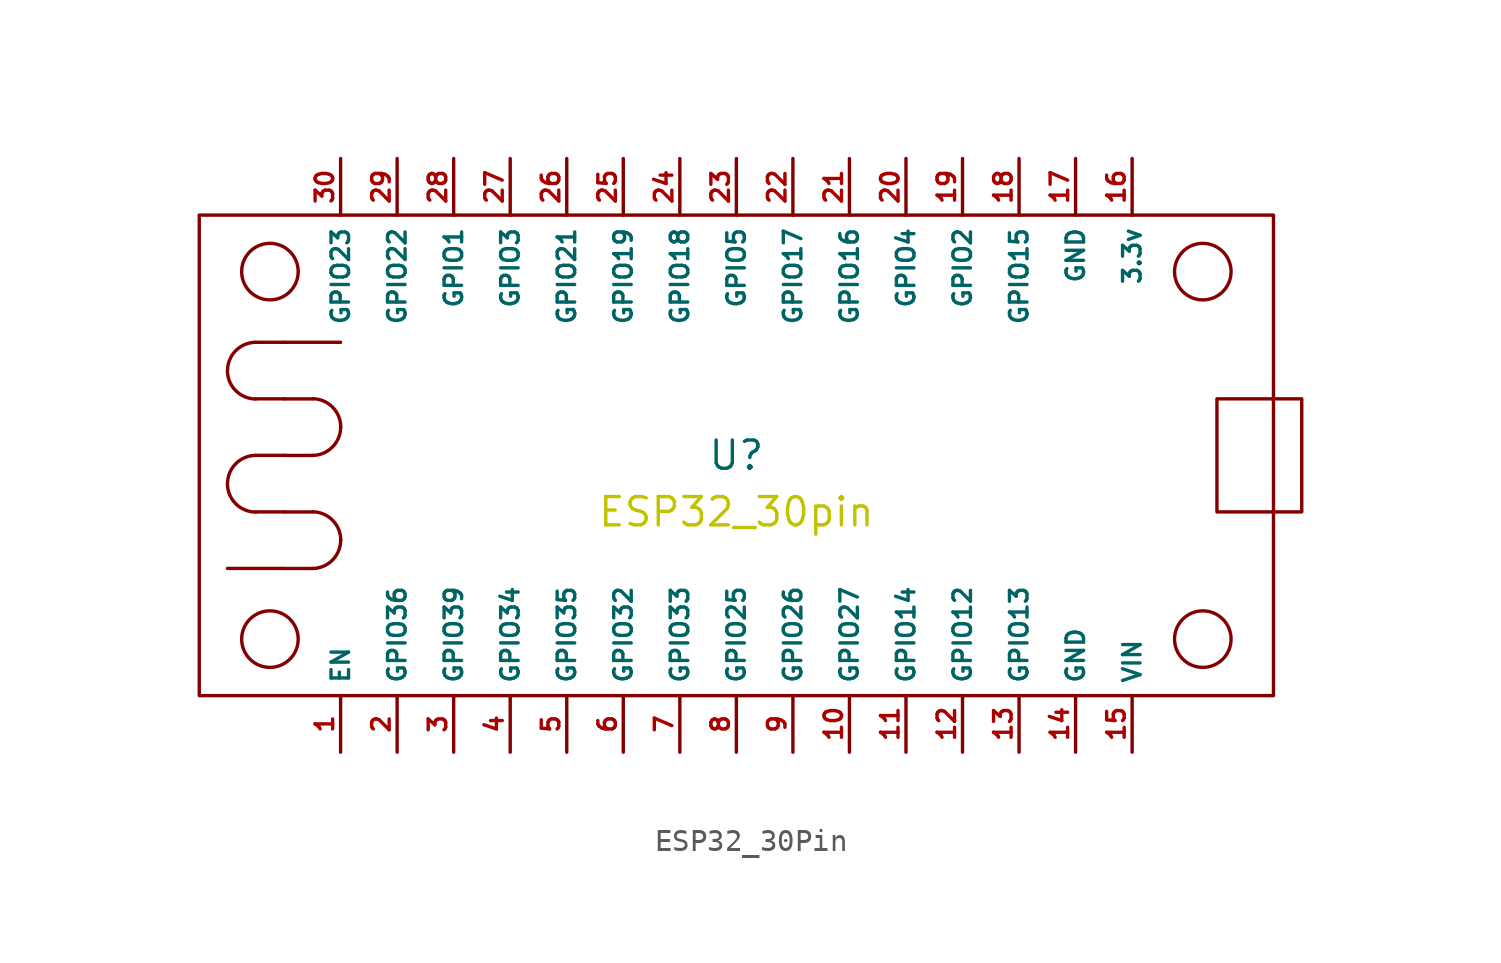
<source format=kicad_sym>
(kicad_symbol_lib
  (version 20231120)
  (generator "kicad_symbol_editor")
  (generator_version "8.0")
  (symbol "ESP32_30Pin"
    (property "Reference" "U"
      (at 0 0 0)
      (effects (font (size 1.27 1.27))))
    (property "Value" ""
      (at 0 0 0)
      (effects (font (size 1.27 1.27))))
    (property "Footprint" "ESP32_30pin"
      (at 0 -2.54 0)
      (effects (font (size 1.27 1.27) (color 194 194 0 1))))
    (symbol "ESP32_30Pin_0_1"
      (rectangle (start -24.13 10.795) (end 24.13 -10.795) (stroke (width 0) (type default)) (fill (type none)))
      (arc (start -22.8675 -1.2775) (mid -22.4933 -2.1733) (end -21.5975 -2.5475) (stroke (width 0) (type default)) (fill (type none)))
      (arc (start -22.8675 3.8025) (mid -22.4933 2.9067) (end -21.5975 2.5325) (stroke (width 0) (type default)) (fill (type none)))
      (arc (start -21.59 0) (mid -22.4873 -0.3727) (end -22.86 -1.27) (stroke (width 0) (type default)) (fill (type none)))
      (arc (start -21.59 5.08) (mid -22.4873 4.7073) (end -22.86 3.81) (stroke (width 0) (type default)) (fill (type none)))
      (circle (center -20.955 -8.255) (radius 1.27) (stroke (width 0) (type default)) (fill (type none)))
      (circle (center -20.955 8.255) (radius 1.27) (stroke (width 0) (type default)) (fill (type none)))
      (arc (start -19.0475 -5.0825) (mid -18.1502 -4.7098) (end -17.7775 -3.8125) (stroke (width 0) (type default)) (fill (type none)))
      (arc (start -19.0475 -0.0025) (mid -18.1502 0.3702) (end -17.7775 1.2675) (stroke (width 0) (type default)) (fill (type none)))
      (arc (start -17.77 -3.805) (mid -18.1442 -2.9092) (end -19.04 -2.535) (stroke (width 0) (type default)) (fill (type none)))
      (arc (start -17.77 1.275) (mid -18.1442 2.1708) (end -19.04 2.545) (stroke (width 0) (type default)) (fill (type none)))
      (polyline (pts (xy -21.59 -2.54) (xy -20.32 -2.54)) (stroke (width 0) (type default)) (fill (type none)))
      (polyline (pts (xy -21.59 0) (xy -20.32 0)) (stroke (width 0) (type default)) (fill (type none)))
      (polyline (pts (xy -21.59 2.54) (xy -20.32 2.54)) (stroke (width 0) (type default)) (fill (type none)))
      (polyline (pts (xy -21.59 5.08) (xy -20.32 5.08)) (stroke (width 0) (type default)) (fill (type none)))
      (polyline (pts (xy -20.32 -5.08) (xy -22.86 -5.08)) (stroke (width 0) (type default)) (fill (type none)))
      (polyline (pts (xy -20.32 5.08) (xy -17.78 5.08)) (stroke (width 0) (type default)) (fill (type none)))
      (polyline (pts (xy -19.047 -5.082) (xy -20.317 -5.082)) (stroke (width 0) (type default)) (fill (type none)))
      (polyline (pts (xy -19.047 -2.542) (xy -20.317 -2.542)) (stroke (width 0) (type default)) (fill (type none)))
      (polyline (pts (xy -19.047 -0.003) (xy -20.317 -0.003)) (stroke (width 0) (type default)) (fill (type none)))
      (polyline (pts (xy -19.047 2.538) (xy -20.317 2.538)) (stroke (width 0) (type default)) (fill (type none)))
      (circle (center 20.955 -8.255) (radius 1.27) (stroke (width 0) (type default)) (fill (type none)))
      (circle (center 20.955 8.255) (radius 1.27) (stroke (width 0) (type default)) (fill (type none)))
      (rectangle (start 21.59 2.54) (end 25.4 -2.54) (stroke (width 0) (type default)) (fill (type none))))
    (symbol "ESP32_30Pin_1_1"
      (pin bidirectional line (at -17.78 -13.335 90) (length 2.54) (name "EN" (effects (font (size 0.787 0.787)))) (number "1" (effects (font (size 0.787 0.787)))))
      (pin bidirectional line (at 5.08 -13.335 90) (length 2.54) (name "GPIO27" (effects (font (size 0.787 0.787)))) (number "10" (effects (font (size 0.787 0.787)))))
      (pin bidirectional line (at 7.62 -13.335 90) (length 2.54) (name "GPIO14" (effects (font (size 0.787 0.787)))) (number "11" (effects (font (size 0.787 0.787)))))
      (pin bidirectional line (at 10.16 -13.335 90) (length 2.54) (name "GPIO12" (effects (font (size 0.787 0.787)))) (number "12" (effects (font (size 0.787 0.787)))))
      (pin bidirectional line (at 12.7 -13.335 90) (length 2.54) (name "GPIO13" (effects (font (size 0.787 0.787)))) (number "13" (effects (font (size 0.787 0.787)))))
      (pin power_in line (at 15.24 -13.335 90) (length 2.54) (name "GND" (effects (font (size 0.787 0.787)))) (number "14" (effects (font (size 0.787 0.787)))))
      (pin power_in line (at 17.78 -13.335 90) (length 2.54) (name "VIN" (effects (font (size 0.787 0.787)))) (number "15" (effects (font (size 0.787 0.787)))))
      (pin power_out line (at 17.78 13.335 270) (length 2.54) (name "3.3v" (effects (font (size 0.787 0.787)))) (number "16" (effects (font (size 0.787 0.787)))))
      (pin power_out line (at 15.24 13.335 270) (length 2.54) (name "GND" (effects (font (size 0.787 0.787)))) (number "17" (effects (font (size 0.787 0.787)))))
      (pin bidirectional line (at 12.7 13.335 270) (length 2.54) (name "GPIO15" (effects (font (size 0.787 0.787)))) (number "18" (effects (font (size 0.787 0.787)))))
      (pin bidirectional line (at 10.16 13.335 270) (length 2.54) (name "GPIO2" (effects (font (size 0.787 0.787)))) (number "19" (effects (font (size 0.787 0.787)))))
      (pin bidirectional line (at -15.24 -13.335 90) (length 2.54) (name "GPIO36" (effects (font (size 0.787 0.787)))) (number "2" (effects (font (size 0.787 0.787)))))
      (pin bidirectional line (at 7.62 13.335 270) (length 2.54) (name "GPIO4" (effects (font (size 0.787 0.787)))) (number "20" (effects (font (size 0.787 0.787)))))
      (pin bidirectional line (at 5.08 13.335 270) (length 2.54) (name "GPIO16" (effects (font (size 0.787 0.787)))) (number "21" (effects (font (size 0.787 0.787)))))
      (pin bidirectional line (at 2.54 13.335 270) (length 2.54) (name "GPIO17" (effects (font (size 0.787 0.787)))) (number "22" (effects (font (size 0.787 0.787)))))
      (pin bidirectional line (at 0 13.335 270) (length 2.54) (name "GPIO5" (effects (font (size 0.787 0.787)))) (number "23" (effects (font (size 0.787 0.787)))))
      (pin bidirectional line (at -2.54 13.335 270) (length 2.54) (name "GPIO18" (effects (font (size 0.787 0.787)))) (number "24" (effects (font (size 0.787 0.787)))))
      (pin bidirectional line (at -5.08 13.335 270) (length 2.54) (name "GPIO19" (effects (font (size 0.787 0.787)))) (number "25" (effects (font (size 0.787 0.787)))))
      (pin bidirectional line (at -7.62 13.335 270) (length 2.54) (name "GPIO21" (effects (font (size 0.787 0.787)))) (number "26" (effects (font (size 0.787 0.787)))))
      (pin bidirectional line (at -10.16 13.335 270) (length 2.54) (name "GPIO3" (effects (font (size 0.787 0.787)))) (number "27" (effects (font (size 0.787 0.787)))))
      (pin bidirectional line (at -12.7 13.335 270) (length 2.54) (name "GPIO1" (effects (font (size 0.787 0.787)))) (number "28" (effects (font (size 0.787 0.787)))))
      (pin bidirectional line (at -15.24 13.335 270) (length 2.54) (name "GPIO22" (effects (font (size 0.787 0.787)))) (number "29" (effects (font (size 0.787 0.787)))))
      (pin bidirectional line (at -12.7 -13.335 90) (length 2.54) (name "GPIO39" (effects (font (size 0.787 0.787)))) (number "3" (effects (font (size 0.787 0.787)))))
      (pin bidirectional line (at -17.78 13.335 270) (length 2.54) (name "GPIO23" (effects (font (size 0.787 0.787)))) (number "30" (effects (font (size 0.787 0.787)))))
      (pin bidirectional line (at -10.16 -13.335 90) (length 2.54) (name "GPIO34" (effects (font (size 0.787 0.787)))) (number "4" (effects (font (size 0.787 0.787)))))
      (pin bidirectional line (at -7.62 -13.335 90) (length 2.54) (name "GPIO35" (effects (font (size 0.787 0.787)))) (number "5" (effects (font (size 0.787 0.787)))))
      (pin bidirectional line (at -5.08 -13.335 90) (length 2.54) (name "GPIO32" (effects (font (size 0.787 0.787)))) (number "6" (effects (font (size 0.787 0.787)))))
      (pin bidirectional line (at -2.54 -13.335 90) (length 2.54) (name "GPIO33" (effects (font (size 0.787 0.787)))) (number "7" (effects (font (size 0.787 0.787)))))
      (pin bidirectional line (at 0 -13.335 90) (length 2.54) (name "GPIO25" (effects (font (size 0.787 0.787)))) (number "8" (effects (font (size 0.787 0.787)))))
      (pin bidirectional line (at 2.54 -13.335 90) (length 2.54) (name "GPIO26" (effects (font (size 0.787 0.787)))) (number "9" (effects (font (size 0.787 0.787))))))))
</source>
